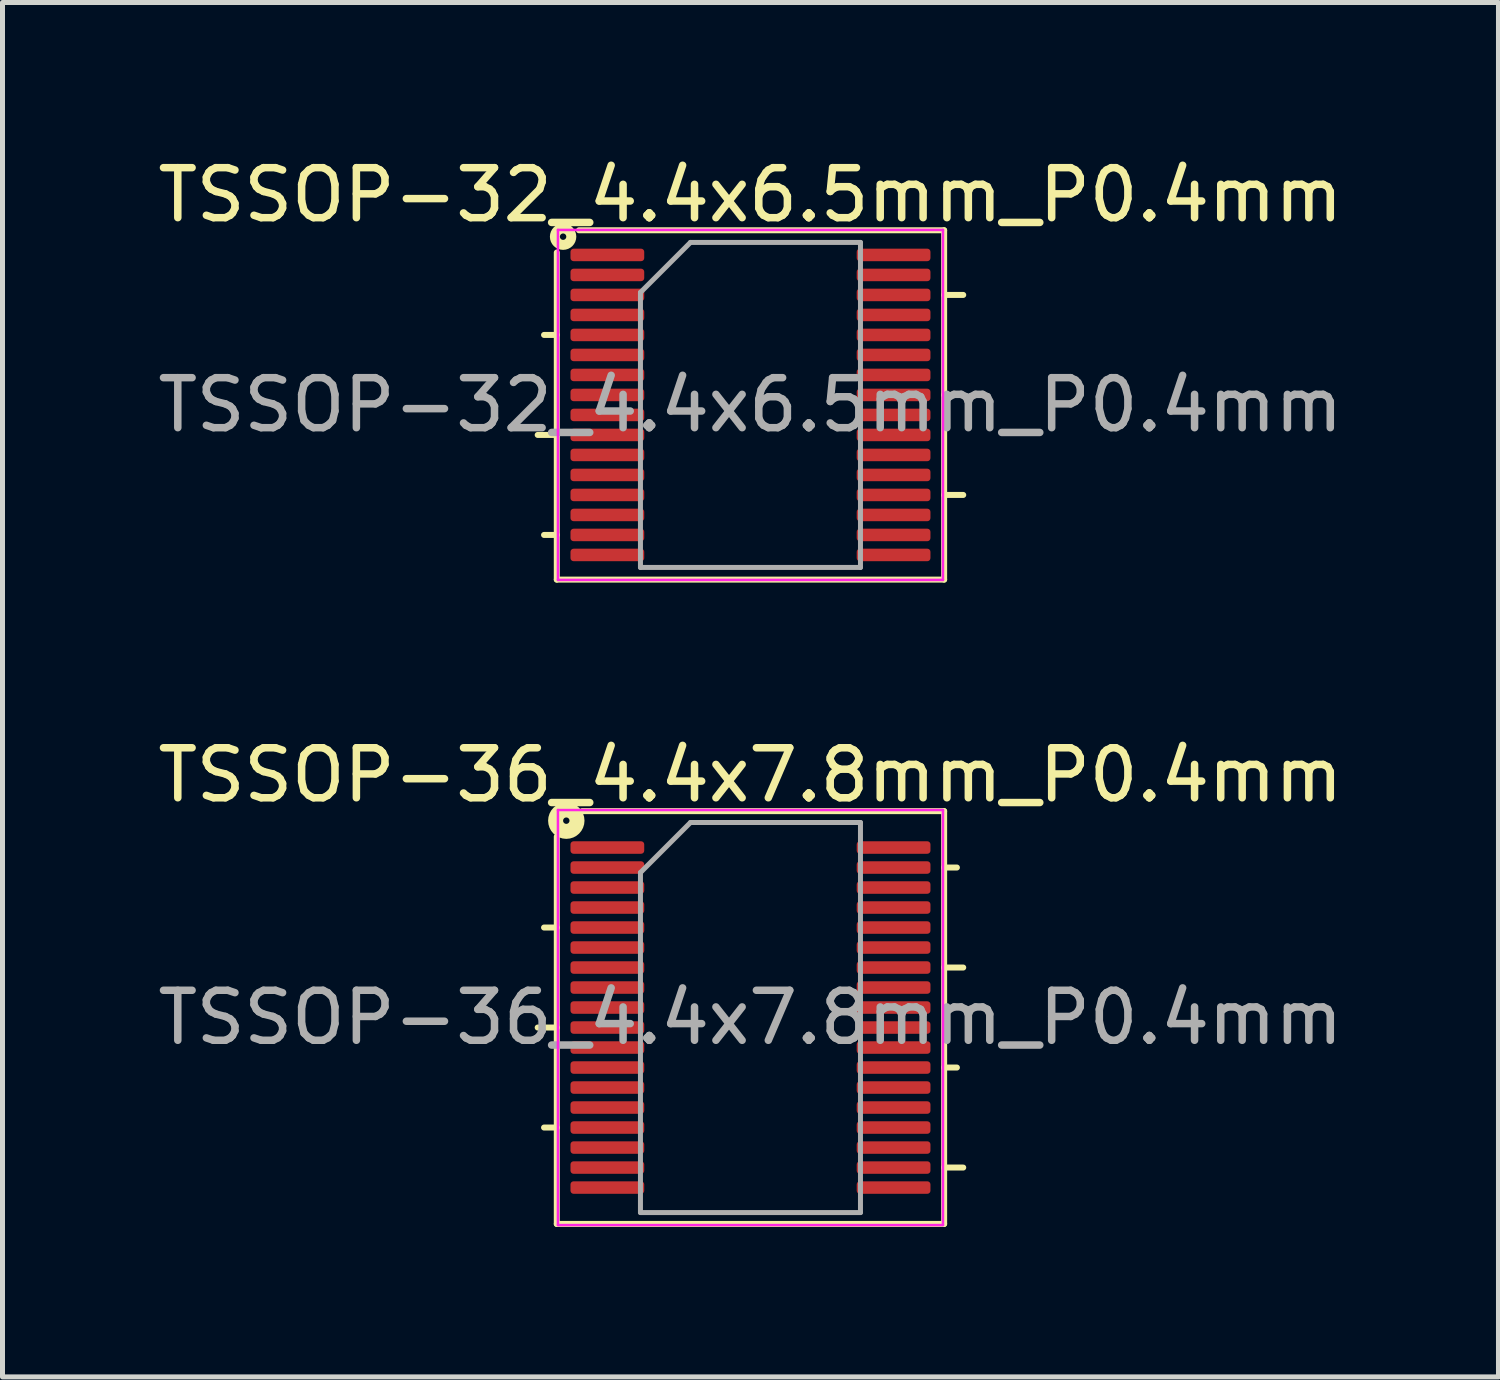
<source format=kicad_pcb>
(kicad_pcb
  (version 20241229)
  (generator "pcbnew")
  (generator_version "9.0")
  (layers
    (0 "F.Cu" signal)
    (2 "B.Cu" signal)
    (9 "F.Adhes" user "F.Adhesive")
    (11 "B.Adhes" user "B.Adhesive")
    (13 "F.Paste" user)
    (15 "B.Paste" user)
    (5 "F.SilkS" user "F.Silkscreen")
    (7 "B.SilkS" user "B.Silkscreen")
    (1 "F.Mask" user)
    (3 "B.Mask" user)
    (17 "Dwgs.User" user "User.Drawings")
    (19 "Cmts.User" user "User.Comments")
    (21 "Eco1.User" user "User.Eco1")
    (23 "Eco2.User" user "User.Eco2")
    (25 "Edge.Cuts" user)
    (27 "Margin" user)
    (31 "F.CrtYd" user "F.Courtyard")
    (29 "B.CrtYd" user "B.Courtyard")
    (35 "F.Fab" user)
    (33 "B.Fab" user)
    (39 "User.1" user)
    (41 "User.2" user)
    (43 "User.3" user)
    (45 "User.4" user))
  (footprint "TSSOP-36_4.4x7.8mm_P0.4mm"
    (layer "F.Cu")
    (at 11.958 17.299)
    (property "Reference" "TSSOP-36_4.4x7.8mm_P0.4mm" (at 0 -4.85 0) (layer "F.SilkS") (effects (font (size 1 1) (thickness 0.15))))
    (attr smd)
    (fp_line (start -4.255 0.2) (end -3.873 0.2) (stroke (width 0.12) (type solid)) (layer "F.SilkS"))
    (fp_line (start -4.128 2.2) (end -3.873 2.2) (stroke (width 0.12) (type solid)) (layer "F.SilkS"))
    (fp_line (start -3.873 -3.619) (end -3.873 4.128) (stroke (width 0.12) (type solid)) (layer "F.SilkS"))
    (fp_line (start -3.873 -1.8) (end -4.128 -1.8) (stroke (width 0.12) (type solid)) (layer "F.SilkS"))
    (fp_line (start -3.873 4.128) (end 3.873 4.128) (stroke (width 0.12) (type solid)) (layer "F.SilkS"))
    (fp_line (start 3.873 -4.128) (end -3.365 -4.128) (stroke (width 0.12) (type solid)) (layer "F.SilkS"))
    (fp_line (start 3.873 -3) (end 4.128 -3) (stroke (width 0.12) (type solid)) (layer "F.SilkS"))
    (fp_line (start 3.873 -1) (end 4.255 -1) (stroke (width 0.12) (type solid)) (layer "F.SilkS"))
    (fp_line (start 3.873 1) (end 4.128 1) (stroke (width 0.12) (type solid)) (layer "F.SilkS"))
    (fp_line (start 3.873 3) (end 4.255 3) (stroke (width 0.12) (type solid)) (layer "F.SilkS"))
    (fp_line (start 3.873 4.128) (end 3.873 -4.128) (stroke (width 0.12) (type solid)) (layer "F.SilkS"))
    (fp_circle (center -3.683 -3.937) (end -3.619 -3.937) (stroke (width 0.3) (type solid)) (fill no) (layer "F.SilkS"))
    (fp_line (start -3.85 -4.15) (end -3.85 4.15) (stroke (width 0.05) (type solid)) (layer "F.CrtYd"))
    (fp_line (start -3.85 4.15) (end 3.85 4.15) (stroke (width 0.05) (type solid)) (layer "F.CrtYd"))
    (fp_line (start 3.85 -4.15) (end -3.85 -4.15) (stroke (width 0.05) (type solid)) (layer "F.CrtYd"))
    (fp_line (start 3.85 4.15) (end 3.85 -4.15) (stroke (width 0.05) (type solid)) (layer "F.CrtYd"))
    (fp_line (start -2.2 -2.9) (end -1.2 -3.9) (stroke (width 0.1) (type solid)) (layer "F.Fab"))
    (fp_line (start -2.2 3.9) (end -2.2 -2.9) (stroke (width 0.1) (type solid)) (layer "F.Fab"))
    (fp_line (start -1.2 -3.9) (end 2.2 -3.9) (stroke (width 0.1) (type solid)) (layer "F.Fab"))
    (fp_line (start 2.2 -3.9) (end 2.2 3.9) (stroke (width 0.1) (type solid)) (layer "F.Fab"))
    (fp_line (start 2.2 3.9) (end -2.2 3.9) (stroke (width 0.1) (type solid)) (layer "F.Fab"))
    (fp_text user "${REFERENCE}" (at 0 0 0) (layer "F.Fab") (effects (font (size 1 1) (thickness 0.15))))
    (pad "1" smd roundrect (at -2.862 -3.4) (size 1.475 0.25) (layers "F.Cu" "F.Mask" "F.Paste") (roundrect_rratio 0.25))
    (pad "2" smd roundrect (at -2.862 -3) (size 1.475 0.25) (layers "F.Cu" "F.Mask" "F.Paste") (roundrect_rratio 0.25))
    (pad "3" smd roundrect (at -2.862 -2.6) (size 1.475 0.25) (layers "F.Cu" "F.Mask" "F.Paste") (roundrect_rratio 0.25))
    (pad "4" smd roundrect (at -2.862 -2.2) (size 1.475 0.25) (layers "F.Cu" "F.Mask" "F.Paste") (roundrect_rratio 0.25))
    (pad "5" smd roundrect (at -2.862 -1.8) (size 1.475 0.25) (layers "F.Cu" "F.Mask" "F.Paste") (roundrect_rratio 0.25))
    (pad "6" smd roundrect (at -2.862 -1.4) (size 1.475 0.25) (layers "F.Cu" "F.Mask" "F.Paste") (roundrect_rratio 0.25))
    (pad "7" smd roundrect (at -2.862 -1) (size 1.475 0.25) (layers "F.Cu" "F.Mask" "F.Paste") (roundrect_rratio 0.25))
    (pad "8" smd roundrect (at -2.862 -0.6) (size 1.475 0.25) (layers "F.Cu" "F.Mask" "F.Paste") (roundrect_rratio 0.25))
    (pad "9" smd roundrect (at -2.862 -0.2) (size 1.475 0.25) (layers "F.Cu" "F.Mask" "F.Paste") (roundrect_rratio 0.25))
    (pad "10" smd roundrect (at -2.862 0.2) (size 1.475 0.25) (layers "F.Cu" "F.Mask" "F.Paste") (roundrect_rratio 0.25))
    (pad "11" smd roundrect (at -2.862 0.6) (size 1.475 0.25) (layers "F.Cu" "F.Mask" "F.Paste") (roundrect_rratio 0.25))
    (pad "12" smd roundrect (at -2.862 1) (size 1.475 0.25) (layers "F.Cu" "F.Mask" "F.Paste") (roundrect_rratio 0.25))
    (pad "13" smd roundrect (at -2.862 1.4) (size 1.475 0.25) (layers "F.Cu" "F.Mask" "F.Paste") (roundrect_rratio 0.25))
    (pad "14" smd roundrect (at -2.862 1.8) (size 1.475 0.25) (layers "F.Cu" "F.Mask" "F.Paste") (roundrect_rratio 0.25))
    (pad "15" smd roundrect (at -2.862 2.2) (size 1.475 0.25) (layers "F.Cu" "F.Mask" "F.Paste") (roundrect_rratio 0.25))
    (pad "16" smd roundrect (at -2.862 2.6) (size 1.475 0.25) (layers "F.Cu" "F.Mask" "F.Paste") (roundrect_rratio 0.25))
    (pad "17" smd roundrect (at -2.862 3) (size 1.475 0.25) (layers "F.Cu" "F.Mask" "F.Paste") (roundrect_rratio 0.25))
    (pad "18" smd roundrect (at -2.862 3.4) (size 1.475 0.25) (layers "F.Cu" "F.Mask" "F.Paste") (roundrect_rratio 0.25))
    (pad "19" smd roundrect (at 2.862 3.4) (size 1.475 0.25) (layers "F.Cu" "F.Mask" "F.Paste") (roundrect_rratio 0.25))
    (pad "20" smd roundrect (at 2.862 3) (size 1.475 0.25) (layers "F.Cu" "F.Mask" "F.Paste") (roundrect_rratio 0.25))
    (pad "21" smd roundrect (at 2.862 2.6) (size 1.475 0.25) (layers "F.Cu" "F.Mask" "F.Paste") (roundrect_rratio 0.25))
    (pad "22" smd roundrect (at 2.862 2.2) (size 1.475 0.25) (layers "F.Cu" "F.Mask" "F.Paste") (roundrect_rratio 0.25))
    (pad "23" smd roundrect (at 2.862 1.8) (size 1.475 0.25) (layers "F.Cu" "F.Mask" "F.Paste") (roundrect_rratio 0.25))
    (pad "24" smd roundrect (at 2.862 1.4) (size 1.475 0.25) (layers "F.Cu" "F.Mask" "F.Paste") (roundrect_rratio 0.25))
    (pad "25" smd roundrect (at 2.862 1) (size 1.475 0.25) (layers "F.Cu" "F.Mask" "F.Paste") (roundrect_rratio 0.25))
    (pad "26" smd roundrect (at 2.862 0.6) (size 1.475 0.25) (layers "F.Cu" "F.Mask" "F.Paste") (roundrect_rratio 0.25))
    (pad "27" smd roundrect (at 2.862 0.2) (size 1.475 0.25) (layers "F.Cu" "F.Mask" "F.Paste") (roundrect_rratio 0.25))
    (pad "28" smd roundrect (at 2.862 -0.2) (size 1.475 0.25) (layers "F.Cu" "F.Mask" "F.Paste") (roundrect_rratio 0.25))
    (pad "29" smd roundrect (at 2.862 -0.6) (size 1.475 0.25) (layers "F.Cu" "F.Mask" "F.Paste") (roundrect_rratio 0.25))
    (pad "30" smd roundrect (at 2.862 -1) (size 1.475 0.25) (layers "F.Cu" "F.Mask" "F.Paste") (roundrect_rratio 0.25))
    (pad "31" smd roundrect (at 2.862 -1.4) (size 1.475 0.25) (layers "F.Cu" "F.Mask" "F.Paste") (roundrect_rratio 0.25))
    (pad "32" smd roundrect (at 2.862 -1.8) (size 1.475 0.25) (layers "F.Cu" "F.Mask" "F.Paste") (roundrect_rratio 0.25))
    (pad "33" smd roundrect (at 2.862 -2.2) (size 1.475 0.25) (layers "F.Cu" "F.Mask" "F.Paste") (roundrect_rratio 0.25))
    (pad "34" smd roundrect (at 2.862 -2.6) (size 1.475 0.25) (layers "F.Cu" "F.Mask" "F.Paste") (roundrect_rratio 0.25))
    (pad "35" smd roundrect (at 2.862 -3) (size 1.475 0.25) (layers "F.Cu" "F.Mask" "F.Paste") (roundrect_rratio 0.25))
    (pad "36" smd roundrect (at 2.862 -3.4) (size 1.475 0.25) (layers "F.Cu" "F.Mask" "F.Paste") (roundrect_rratio 0.25)))
  (footprint "TSSOP-32_4.4x6.5mm_P0.4mm"
    (layer "F.Cu")
    (at 11.958 5.048)
    (property "Reference" "TSSOP-32_4.4x6.5mm_P0.4mm" (at 0 -4.2 0) (layer "F.SilkS") (effects (font (size 1 1) (thickness 0.15))))
    (attr smd)
    (fp_line (start -4.255 0.6) (end -3.873 0.6) (stroke (width 0.12) (type solid)) (layer "F.SilkS"))
    (fp_line (start -4.128 -1.4) (end -3.873 -1.4) (stroke (width 0.12) (type solid)) (layer "F.SilkS"))
    (fp_line (start -4.128 2.6) (end -3.873 2.6) (stroke (width 0.12) (type solid)) (layer "F.SilkS"))
    (fp_line (start -3.873 -3.048) (end -3.873 3.493) (stroke (width 0.12) (type solid)) (layer "F.SilkS"))
    (fp_line (start -3.873 3.493) (end 3.873 3.493) (stroke (width 0.12) (type solid)) (layer "F.SilkS"))
    (fp_line (start 3.873 -3.493) (end -3.429 -3.493) (stroke (width 0.12) (type solid)) (layer "F.SilkS"))
    (fp_line (start 3.873 -2.2) (end 4.255 -2.2) (stroke (width 0.12) (type solid)) (layer "F.SilkS"))
    (fp_line (start 3.873 -0.2) (end 4.128 -0.2) (stroke (width 0.12) (type solid)) (layer "F.SilkS"))
    (fp_line (start 3.873 1.8) (end 4.255 1.8) (stroke (width 0.12) (type solid)) (layer "F.SilkS"))
    (fp_line (start 3.873 3.493) (end 3.873 -3.493) (stroke (width 0.12) (type solid)) (layer "F.SilkS"))
    (fp_circle (center -3.747 -3.365) (end -3.683 -3.365) (stroke (width 0.2) (type solid)) (fill no) (layer "F.SilkS"))
    (fp_line (start -3.85 -3.5) (end -3.85 3.5) (stroke (width 0.05) (type solid)) (layer "F.CrtYd"))
    (fp_line (start -3.85 3.5) (end 3.85 3.5) (stroke (width 0.05) (type solid)) (layer "F.CrtYd"))
    (fp_line (start 3.85 -3.5) (end -3.85 -3.5) (stroke (width 0.05) (type solid)) (layer "F.CrtYd"))
    (fp_line (start 3.85 3.5) (end 3.85 -3.5) (stroke (width 0.05) (type solid)) (layer "F.CrtYd"))
    (fp_line (start -2.2 -2.25) (end -1.2 -3.25) (stroke (width 0.1) (type solid)) (layer "F.Fab"))
    (fp_line (start -2.2 3.25) (end -2.2 -2.25) (stroke (width 0.1) (type solid)) (layer "F.Fab"))
    (fp_line (start -1.2 -3.25) (end 2.2 -3.25) (stroke (width 0.1) (type solid)) (layer "F.Fab"))
    (fp_line (start 2.2 -3.25) (end 2.2 3.25) (stroke (width 0.1) (type solid)) (layer "F.Fab"))
    (fp_line (start 2.2 3.25) (end -2.2 3.25) (stroke (width 0.1) (type solid)) (layer "F.Fab"))
    (fp_text user "${REFERENCE}" (at 0 0 0) (layer "F.Fab") (effects (font (size 1 1) (thickness 0.15))))
    (pad "1" smd roundrect (at -2.862 -3) (size 1.475 0.25) (layers "F.Cu" "F.Mask" "F.Paste") (roundrect_rratio 0.25))
    (pad "2" smd roundrect (at -2.862 -2.6) (size 1.475 0.25) (layers "F.Cu" "F.Mask" "F.Paste") (roundrect_rratio 0.25))
    (pad "3" smd roundrect (at -2.862 -2.2) (size 1.475 0.25) (layers "F.Cu" "F.Mask" "F.Paste") (roundrect_rratio 0.25))
    (pad "4" smd roundrect (at -2.862 -1.8) (size 1.475 0.25) (layers "F.Cu" "F.Mask" "F.Paste") (roundrect_rratio 0.25))
    (pad "5" smd roundrect (at -2.862 -1.4) (size 1.475 0.25) (layers "F.Cu" "F.Mask" "F.Paste") (roundrect_rratio 0.25))
    (pad "6" smd roundrect (at -2.862 -1) (size 1.475 0.25) (layers "F.Cu" "F.Mask" "F.Paste") (roundrect_rratio 0.25))
    (pad "7" smd roundrect (at -2.862 -0.6) (size 1.475 0.25) (layers "F.Cu" "F.Mask" "F.Paste") (roundrect_rratio 0.25))
    (pad "8" smd roundrect (at -2.862 -0.2) (size 1.475 0.25) (layers "F.Cu" "F.Mask" "F.Paste") (roundrect_rratio 0.25))
    (pad "9" smd roundrect (at -2.862 0.2) (size 1.475 0.25) (layers "F.Cu" "F.Mask" "F.Paste") (roundrect_rratio 0.25))
    (pad "10" smd roundrect (at -2.862 0.6) (size 1.475 0.25) (layers "F.Cu" "F.Mask" "F.Paste") (roundrect_rratio 0.25))
    (pad "11" smd roundrect (at -2.862 1) (size 1.475 0.25) (layers "F.Cu" "F.Mask" "F.Paste") (roundrect_rratio 0.25))
    (pad "12" smd roundrect (at -2.862 1.4) (size 1.475 0.25) (layers "F.Cu" "F.Mask" "F.Paste") (roundrect_rratio 0.25))
    (pad "13" smd roundrect (at -2.862 1.8) (size 1.475 0.25) (layers "F.Cu" "F.Mask" "F.Paste") (roundrect_rratio 0.25))
    (pad "14" smd roundrect (at -2.862 2.2) (size 1.475 0.25) (layers "F.Cu" "F.Mask" "F.Paste") (roundrect_rratio 0.25))
    (pad "15" smd roundrect (at -2.862 2.6) (size 1.475 0.25) (layers "F.Cu" "F.Mask" "F.Paste") (roundrect_rratio 0.25))
    (pad "16" smd roundrect (at -2.862 3) (size 1.475 0.25) (layers "F.Cu" "F.Mask" "F.Paste") (roundrect_rratio 0.25))
    (pad "17" smd roundrect (at 2.862 3) (size 1.475 0.25) (layers "F.Cu" "F.Mask" "F.Paste") (roundrect_rratio 0.25))
    (pad "18" smd roundrect (at 2.862 2.6) (size 1.475 0.25) (layers "F.Cu" "F.Mask" "F.Paste") (roundrect_rratio 0.25))
    (pad "19" smd roundrect (at 2.862 2.2) (size 1.475 0.25) (layers "F.Cu" "F.Mask" "F.Paste") (roundrect_rratio 0.25))
    (pad "20" smd roundrect (at 2.862 1.8) (size 1.475 0.25) (layers "F.Cu" "F.Mask" "F.Paste") (roundrect_rratio 0.25))
    (pad "21" smd roundrect (at 2.862 1.4) (size 1.475 0.25) (layers "F.Cu" "F.Mask" "F.Paste") (roundrect_rratio 0.25))
    (pad "22" smd roundrect (at 2.862 1) (size 1.475 0.25) (layers "F.Cu" "F.Mask" "F.Paste") (roundrect_rratio 0.25))
    (pad "23" smd roundrect (at 2.862 0.6) (size 1.475 0.25) (layers "F.Cu" "F.Mask" "F.Paste") (roundrect_rratio 0.25))
    (pad "24" smd roundrect (at 2.862 0.2) (size 1.475 0.25) (layers "F.Cu" "F.Mask" "F.Paste") (roundrect_rratio 0.25))
    (pad "25" smd roundrect (at 2.862 -0.2) (size 1.475 0.25) (layers "F.Cu" "F.Mask" "F.Paste") (roundrect_rratio 0.25))
    (pad "26" smd roundrect (at 2.862 -0.6) (size 1.475 0.25) (layers "F.Cu" "F.Mask" "F.Paste") (roundrect_rratio 0.25))
    (pad "27" smd roundrect (at 2.862 -1) (size 1.475 0.25) (layers "F.Cu" "F.Mask" "F.Paste") (roundrect_rratio 0.25))
    (pad "28" smd roundrect (at 2.862 -1.4) (size 1.475 0.25) (layers "F.Cu" "F.Mask" "F.Paste") (roundrect_rratio 0.25))
    (pad "29" smd roundrect (at 2.862 -1.8) (size 1.475 0.25) (layers "F.Cu" "F.Mask" "F.Paste") (roundrect_rratio 0.25))
    (pad "30" smd roundrect (at 2.862 -2.2) (size 1.475 0.25) (layers "F.Cu" "F.Mask" "F.Paste") (roundrect_rratio 0.25))
    (pad "31" smd roundrect (at 2.862 -2.6) (size 1.475 0.25) (layers "F.Cu" "F.Mask" "F.Paste") (roundrect_rratio 0.25))
    (pad "32" smd roundrect (at 2.862 -3) (size 1.475 0.25) (layers "F.Cu" "F.Mask" "F.Paste") (roundrect_rratio 0.25)))
  (gr_rect
    (start -3 -3)
    (end 26.917 24.486)
    (stroke (width 0.1) (type default))
    (fill no)
    (layer "Edge.Cuts")))
</source>
